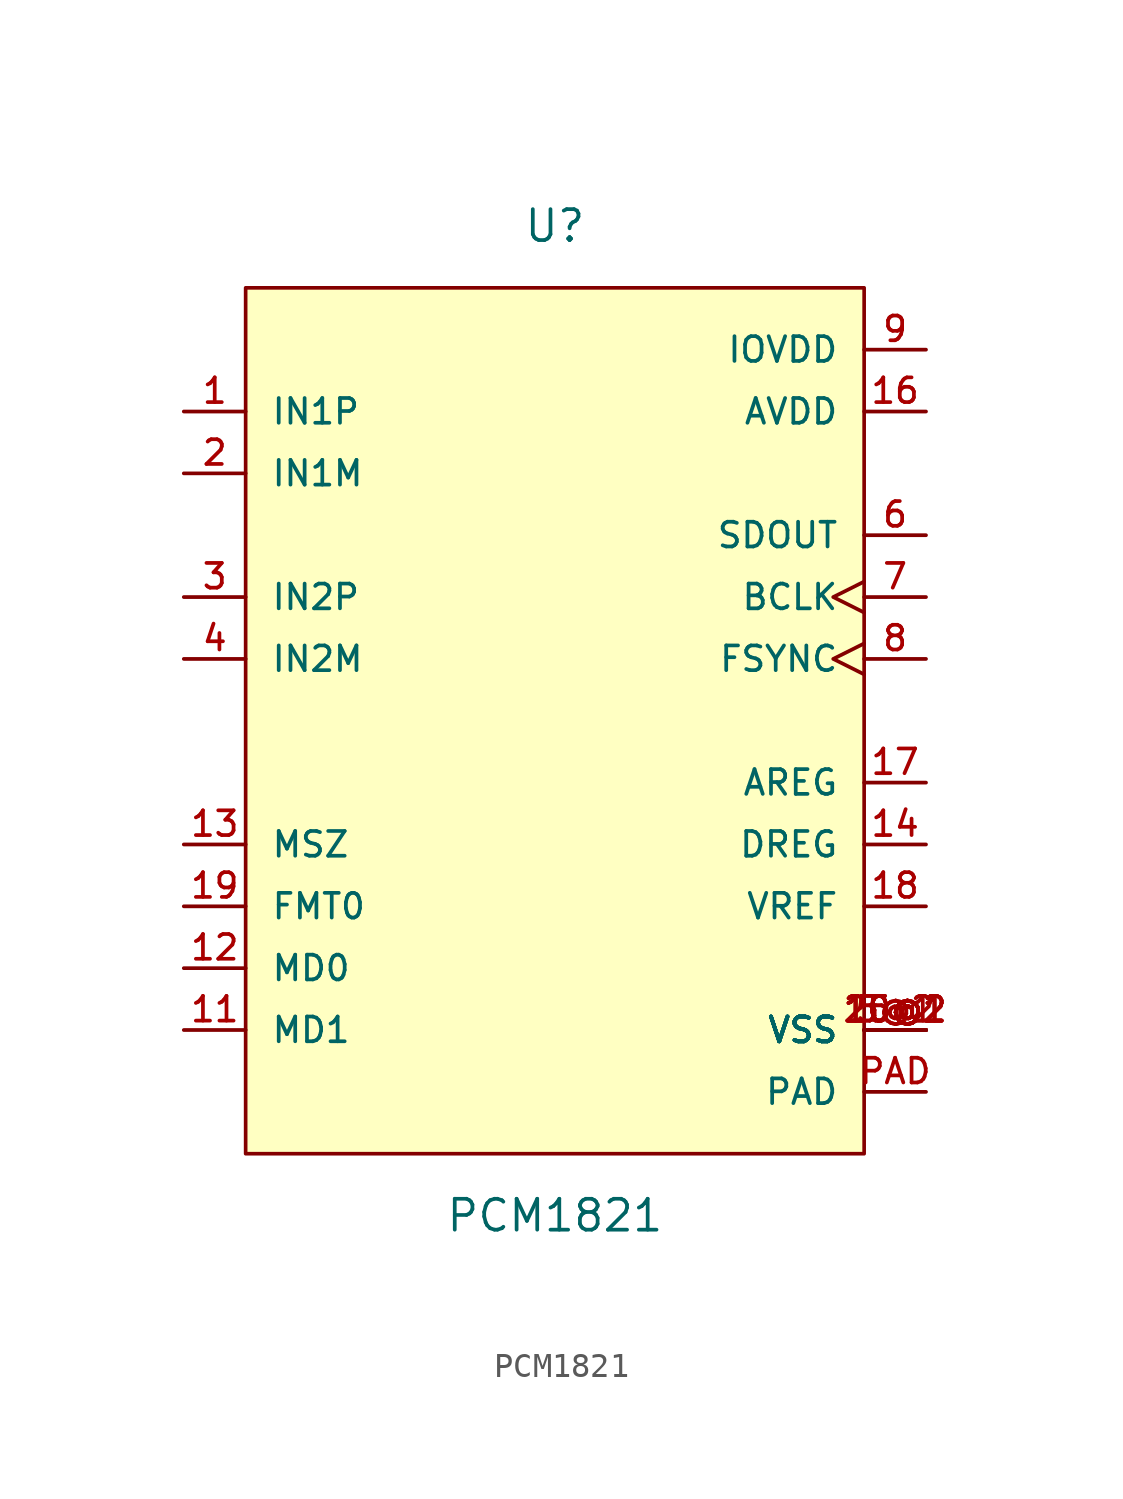
<source format=kicad_sym>
(kicad_symbol_lib
  (version 20211014)
  (generator kicad_symbol_editor)
  (symbol "PCM1821"
    (pin_names
      (offset 1.016))
    (property "Reference" "U"
      (at 0.0 20.32 0)
      (effects (font (size 1.27 1.27))))
    (property "Value" "PCM1821"
      (at 0.0 -20.32 0)
      (effects (font (size 1.27 1.27))))
    (symbol "PCM1821_0_0"
      (rectangle (start -12.7 -17.78) (end 12.7 17.78) (stroke (width 0.15)) (fill (type background)))
      (pin input line (at -15.24 12.7 0) (length 2.54) (name "IN1P" (effects (font (size 1.016 1.016)))) (number "1" (effects (font (size 1.016 1.016)))))
      (pin input line (at -15.24 10.16 0) (length 2.54) (name "IN1M" (effects (font (size 1.016 1.016)))) (number "2" (effects (font (size 1.016 1.016)))))
      (pin input line (at -15.24 5.08 0) (length 2.54) (name "IN2P" (effects (font (size 1.016 1.016)))) (number "3" (effects (font (size 1.016 1.016)))))
      (pin input line (at -15.24 2.54 0) (length 2.54) (name "IN2M" (effects (font (size 1.016 1.016)))) (number "4" (effects (font (size 1.016 1.016)))))
      (pin power_in line (at 15.24 -12.7 180.0) (length 2.54) (name "VSS" (effects (font (size 1.016 1.016)))) (number "5@1" (effects (font (size 1.016 1.016)))))
      (pin power_in line (at 15.24 -12.7 180.0) (length 2.54) (name "VSS" (effects (font (size 1.016 1.016)))) (number "5@2" (effects (font (size 1.016 1.016)))))
      (pin power_in line (at 15.24 -12.7 180.0) (length 2.54) (name "VSS" (effects (font (size 1.016 1.016)))) (number "10@1" (effects (font (size 1.016 1.016)))))
      (pin power_in line (at 15.24 -12.7 180.0) (length 2.54) (name "VSS" (effects (font (size 1.016 1.016)))) (number "10@2" (effects (font (size 1.016 1.016)))))
      (pin power_in line (at 15.24 -12.7 180.0) (length 2.54) (name "VSS" (effects (font (size 1.016 1.016)))) (number "15@1" (effects (font (size 1.016 1.016)))))
      (pin power_in line (at 15.24 -12.7 180.0) (length 2.54) (name "VSS" (effects (font (size 1.016 1.016)))) (number "15@2" (effects (font (size 1.016 1.016)))))
      (pin power_in line (at 15.24 -12.7 180.0) (length 2.54) (name "VSS" (effects (font (size 1.016 1.016)))) (number "20@1" (effects (font (size 1.016 1.016)))))
      (pin power_in line (at 15.24 -12.7 180.0) (length 2.54) (name "VSS" (effects (font (size 1.016 1.016)))) (number "20@2" (effects (font (size 1.016 1.016)))))
      (pin power_in line (at 15.24 -5.08 180.0) (length 2.54) (name "DREG" (effects (font (size 1.016 1.016)))) (number "14" (effects (font (size 1.016 1.016)))))
      (pin power_in line (at 15.24 -2.54 180.0) (length 2.54) (name "AREG" (effects (font (size 1.016 1.016)))) (number "17" (effects (font (size 1.016 1.016)))))
      (pin power_in line (at 15.24 15.24 180.0) (length 2.54) (name "IOVDD" (effects (font (size 1.016 1.016)))) (number "9" (effects (font (size 1.016 1.016)))))
      (pin output line (at 15.24 7.62 180.0) (length 2.54) (name "SDOUT" (effects (font (size 1.016 1.016)))) (number "6" (effects (font (size 1.016 1.016)))))
      (pin bidirectional clock (at 15.24 5.08 180.0) (length 2.54) (name "BCLK" (effects (font (size 1.016 1.016)))) (number "7" (effects (font (size 1.016 1.016)))))
      (pin bidirectional clock (at 15.24 2.54 180.0) (length 2.54) (name "FSYNC" (effects (font (size 1.016 1.016)))) (number "8" (effects (font (size 1.016 1.016)))))
      (pin input line (at -15.24 -12.7 0) (length 2.54) (name "MD1" (effects (font (size 1.016 1.016)))) (number "11" (effects (font (size 1.016 1.016)))))
      (pin input line (at -15.24 -10.16 0) (length 2.54) (name "MD0" (effects (font (size 1.016 1.016)))) (number "12" (effects (font (size 1.016 1.016)))))
      (pin input line (at -15.24 -5.08 0) (length 2.54) (name "MSZ" (effects (font (size 1.016 1.016)))) (number "13" (effects (font (size 1.016 1.016)))))
      (pin input line (at -15.24 -7.62 0) (length 2.54) (name "FMT0" (effects (font (size 1.016 1.016)))) (number "19" (effects (font (size 1.016 1.016)))))
      (pin power_in line (at 15.24 12.7 180.0) (length 2.54) (name "AVDD" (effects (font (size 1.016 1.016)))) (number "16" (effects (font (size 1.016 1.016)))))
      (pin power_in line (at 15.24 -7.62 180.0) (length 2.54) (name "VREF" (effects (font (size 1.016 1.016)))) (number "18" (effects (font (size 1.016 1.016)))))
      (pin power_in line (at 15.24 -15.24 180.0) (length 2.54) (name "PAD" (effects (font (size 1.016 1.016)))) (number "PAD" (effects (font (size 1.016 1.016))))))))
</source>
